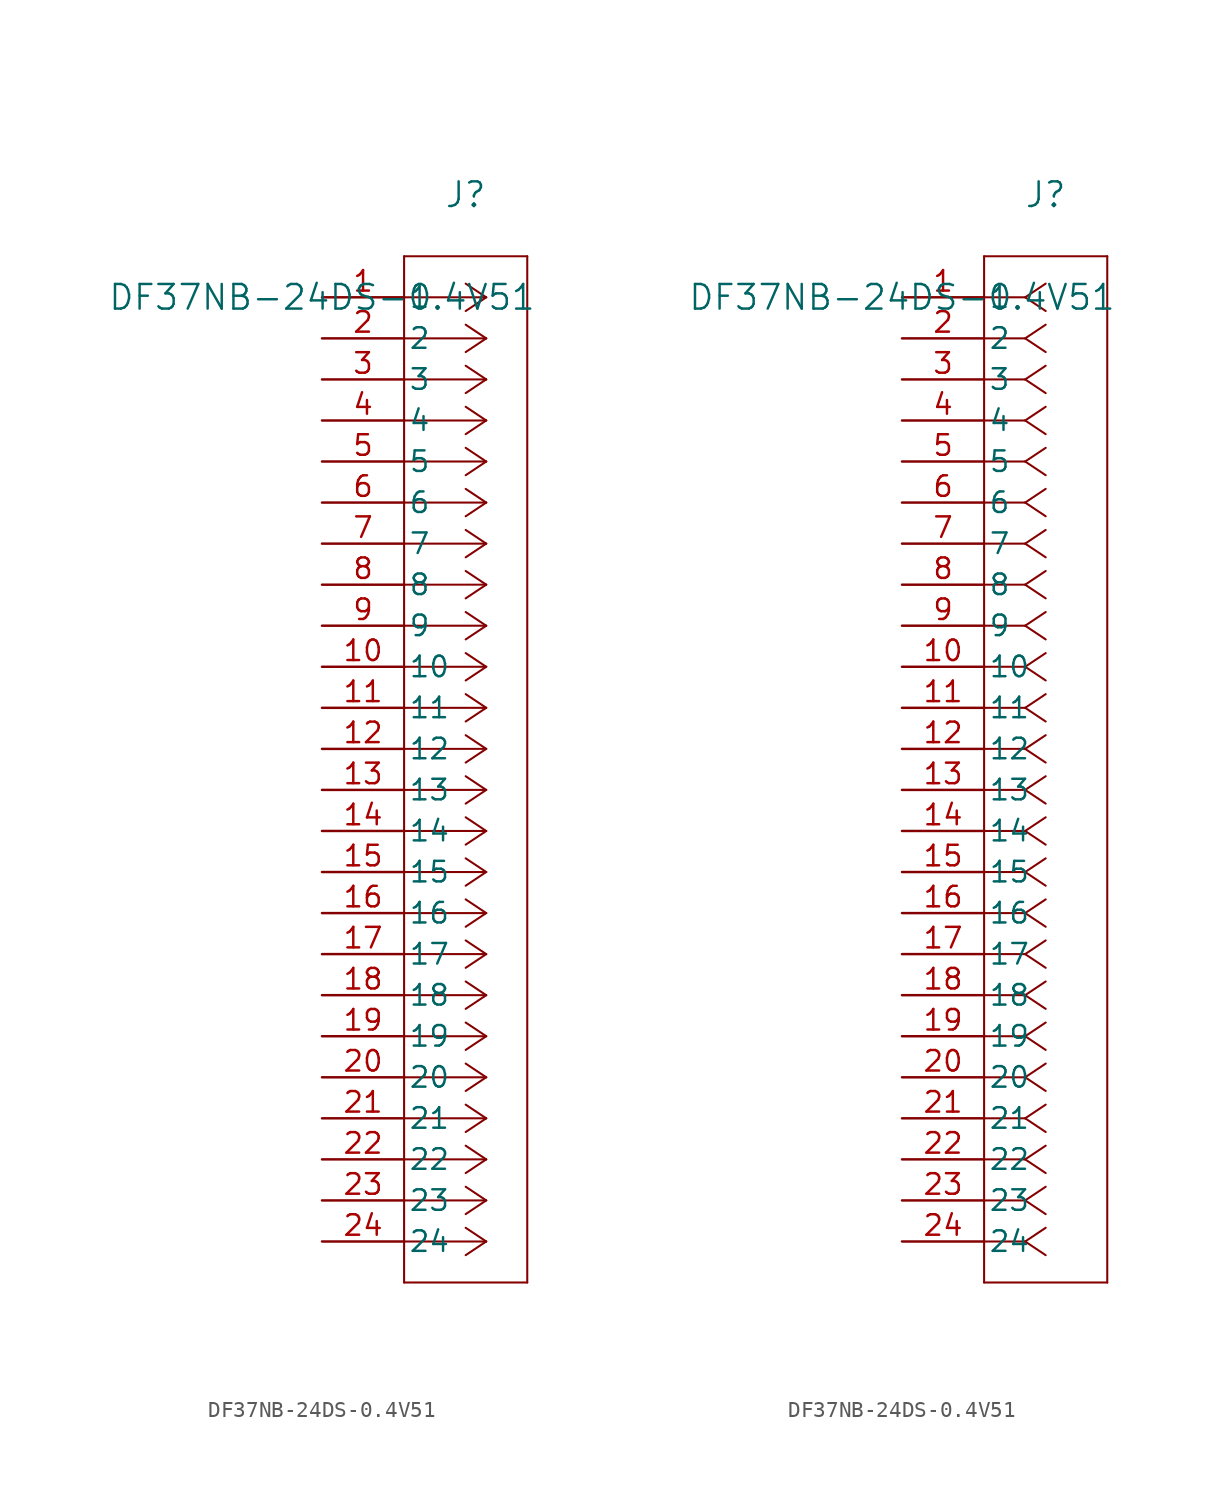
<source format=kicad_sym>
(kicad_symbol_lib
  (version 20211014)
  (generator kicad_symbol_editor)
  (symbol "DF37NB-24DS-0.4V51"
    (pin_names
      (offset 0.254))
    (property "Reference" "J"
      (at 8.89 6.35 0)
      (effects (font (size 1.524 1.524))))
    (property "Value" "DF37NB-24DS-0.4V51"
      (at 0 0 0)
      (effects (font (size 1.524 1.524))))
    (symbol "DF37NB-24DS-0.4V51_1_1"
      (polyline (pts (xy 10.16 0) (xy 5.08 0)) (stroke (width 0.127) (type default) (color 0 0 0 0)) (fill (type none)))
      (polyline (pts (xy 10.16 -2.54) (xy 5.08 -2.54)) (stroke (width 0.127) (type default) (color 0 0 0 0)) (fill (type none)))
      (polyline (pts (xy 10.16 -5.08) (xy 5.08 -5.08)) (stroke (width 0.127) (type default) (color 0 0 0 0)) (fill (type none)))
      (polyline (pts (xy 10.16 -7.62) (xy 5.08 -7.62)) (stroke (width 0.127) (type default) (color 0 0 0 0)) (fill (type none)))
      (polyline (pts (xy 10.16 -10.16) (xy 5.08 -10.16)) (stroke (width 0.127) (type default) (color 0 0 0 0)) (fill (type none)))
      (polyline (pts (xy 10.16 -12.7) (xy 5.08 -12.7)) (stroke (width 0.127) (type default) (color 0 0 0 0)) (fill (type none)))
      (polyline (pts (xy 10.16 -15.24) (xy 5.08 -15.24)) (stroke (width 0.127) (type default) (color 0 0 0 0)) (fill (type none)))
      (polyline (pts (xy 10.16 -17.78) (xy 5.08 -17.78)) (stroke (width 0.127) (type default) (color 0 0 0 0)) (fill (type none)))
      (polyline (pts (xy 10.16 -20.32) (xy 5.08 -20.32)) (stroke (width 0.127) (type default) (color 0 0 0 0)) (fill (type none)))
      (polyline (pts (xy 10.16 -22.86) (xy 5.08 -22.86)) (stroke (width 0.127) (type default) (color 0 0 0 0)) (fill (type none)))
      (polyline (pts (xy 10.16 -25.4) (xy 5.08 -25.4)) (stroke (width 0.127) (type default) (color 0 0 0 0)) (fill (type none)))
      (polyline (pts (xy 10.16 -27.94) (xy 5.08 -27.94)) (stroke (width 0.127) (type default) (color 0 0 0 0)) (fill (type none)))
      (polyline (pts (xy 10.16 -30.48) (xy 5.08 -30.48)) (stroke (width 0.127) (type default) (color 0 0 0 0)) (fill (type none)))
      (polyline (pts (xy 10.16 -33.02) (xy 5.08 -33.02)) (stroke (width 0.127) (type default) (color 0 0 0 0)) (fill (type none)))
      (polyline (pts (xy 10.16 -35.56) (xy 5.08 -35.56)) (stroke (width 0.127) (type default) (color 0 0 0 0)) (fill (type none)))
      (polyline (pts (xy 10.16 -38.1) (xy 5.08 -38.1)) (stroke (width 0.127) (type default) (color 0 0 0 0)) (fill (type none)))
      (polyline (pts (xy 10.16 -40.64) (xy 5.08 -40.64)) (stroke (width 0.127) (type default) (color 0 0 0 0)) (fill (type none)))
      (polyline (pts (xy 10.16 -43.18) (xy 5.08 -43.18)) (stroke (width 0.127) (type default) (color 0 0 0 0)) (fill (type none)))
      (polyline (pts (xy 10.16 -45.72) (xy 5.08 -45.72)) (stroke (width 0.127) (type default) (color 0 0 0 0)) (fill (type none)))
      (polyline (pts (xy 10.16 -48.26) (xy 5.08 -48.26)) (stroke (width 0.127) (type default) (color 0 0 0 0)) (fill (type none)))
      (polyline (pts (xy 10.16 -50.8) (xy 5.08 -50.8)) (stroke (width 0.127) (type default) (color 0 0 0 0)) (fill (type none)))
      (polyline (pts (xy 10.16 -53.34) (xy 5.08 -53.34)) (stroke (width 0.127) (type default) (color 0 0 0 0)) (fill (type none)))
      (polyline (pts (xy 10.16 -55.88) (xy 5.08 -55.88)) (stroke (width 0.127) (type default) (color 0 0 0 0)) (fill (type none)))
      (polyline (pts (xy 10.16 -58.42) (xy 5.08 -58.42)) (stroke (width 0.127) (type default) (color 0 0 0 0)) (fill (type none)))
      (polyline (pts (xy 10.16 0) (xy 8.89 0.847)) (stroke (width 0.127) (type default) (color 0 0 0 0)) (fill (type none)))
      (polyline (pts (xy 10.16 -2.54) (xy 8.89 -1.693)) (stroke (width 0.127) (type default) (color 0 0 0 0)) (fill (type none)))
      (polyline (pts (xy 10.16 -5.08) (xy 8.89 -4.233)) (stroke (width 0.127) (type default) (color 0 0 0 0)) (fill (type none)))
      (polyline (pts (xy 10.16 -7.62) (xy 8.89 -6.773)) (stroke (width 0.127) (type default) (color 0 0 0 0)) (fill (type none)))
      (polyline (pts (xy 10.16 -10.16) (xy 8.89 -9.313)) (stroke (width 0.127) (type default) (color 0 0 0 0)) (fill (type none)))
      (polyline (pts (xy 10.16 -12.7) (xy 8.89 -11.853)) (stroke (width 0.127) (type default) (color 0 0 0 0)) (fill (type none)))
      (polyline (pts (xy 10.16 -15.24) (xy 8.89 -14.393)) (stroke (width 0.127) (type default) (color 0 0 0 0)) (fill (type none)))
      (polyline (pts (xy 10.16 -17.78) (xy 8.89 -16.933)) (stroke (width 0.127) (type default) (color 0 0 0 0)) (fill (type none)))
      (polyline (pts (xy 10.16 -20.32) (xy 8.89 -19.473)) (stroke (width 0.127) (type default) (color 0 0 0 0)) (fill (type none)))
      (polyline (pts (xy 10.16 -22.86) (xy 8.89 -22.013)) (stroke (width 0.127) (type default) (color 0 0 0 0)) (fill (type none)))
      (polyline (pts (xy 10.16 -25.4) (xy 8.89 -24.553)) (stroke (width 0.127) (type default) (color 0 0 0 0)) (fill (type none)))
      (polyline (pts (xy 10.16 -27.94) (xy 8.89 -27.093)) (stroke (width 0.127) (type default) (color 0 0 0 0)) (fill (type none)))
      (polyline (pts (xy 10.16 -30.48) (xy 8.89 -29.633)) (stroke (width 0.127) (type default) (color 0 0 0 0)) (fill (type none)))
      (polyline (pts (xy 10.16 -33.02) (xy 8.89 -32.173)) (stroke (width 0.127) (type default) (color 0 0 0 0)) (fill (type none)))
      (polyline (pts (xy 10.16 -35.56) (xy 8.89 -34.713)) (stroke (width 0.127) (type default) (color 0 0 0 0)) (fill (type none)))
      (polyline (pts (xy 10.16 -38.1) (xy 8.89 -37.253)) (stroke (width 0.127) (type default) (color 0 0 0 0)) (fill (type none)))
      (polyline (pts (xy 10.16 -40.64) (xy 8.89 -39.793)) (stroke (width 0.127) (type default) (color 0 0 0 0)) (fill (type none)))
      (polyline (pts (xy 10.16 -43.18) (xy 8.89 -42.333)) (stroke (width 0.127) (type default) (color 0 0 0 0)) (fill (type none)))
      (polyline (pts (xy 10.16 -45.72) (xy 8.89 -44.873)) (stroke (width 0.127) (type default) (color 0 0 0 0)) (fill (type none)))
      (polyline (pts (xy 10.16 -48.26) (xy 8.89 -47.413)) (stroke (width 0.127) (type default) (color 0 0 0 0)) (fill (type none)))
      (polyline (pts (xy 10.16 -50.8) (xy 8.89 -49.953)) (stroke (width 0.127) (type default) (color 0 0 0 0)) (fill (type none)))
      (polyline (pts (xy 10.16 -53.34) (xy 8.89 -52.493)) (stroke (width 0.127) (type default) (color 0 0 0 0)) (fill (type none)))
      (polyline (pts (xy 10.16 -55.88) (xy 8.89 -55.033)) (stroke (width 0.127) (type default) (color 0 0 0 0)) (fill (type none)))
      (polyline (pts (xy 10.16 -58.42) (xy 8.89 -57.573)) (stroke (width 0.127) (type default) (color 0 0 0 0)) (fill (type none)))
      (polyline (pts (xy 10.16 0) (xy 8.89 -0.847)) (stroke (width 0.127) (type default) (color 0 0 0 0)) (fill (type none)))
      (polyline (pts (xy 10.16 -2.54) (xy 8.89 -3.387)) (stroke (width 0.127) (type default) (color 0 0 0 0)) (fill (type none)))
      (polyline (pts (xy 10.16 -5.08) (xy 8.89 -5.927)) (stroke (width 0.127) (type default) (color 0 0 0 0)) (fill (type none)))
      (polyline (pts (xy 10.16 -7.62) (xy 8.89 -8.467)) (stroke (width 0.127) (type default) (color 0 0 0 0)) (fill (type none)))
      (polyline (pts (xy 10.16 -10.16) (xy 8.89 -11.007)) (stroke (width 0.127) (type default) (color 0 0 0 0)) (fill (type none)))
      (polyline (pts (xy 10.16 -12.7) (xy 8.89 -13.547)) (stroke (width 0.127) (type default) (color 0 0 0 0)) (fill (type none)))
      (polyline (pts (xy 10.16 -15.24) (xy 8.89 -16.087)) (stroke (width 0.127) (type default) (color 0 0 0 0)) (fill (type none)))
      (polyline (pts (xy 10.16 -17.78) (xy 8.89 -18.627)) (stroke (width 0.127) (type default) (color 0 0 0 0)) (fill (type none)))
      (polyline (pts (xy 10.16 -20.32) (xy 8.89 -21.167)) (stroke (width 0.127) (type default) (color 0 0 0 0)) (fill (type none)))
      (polyline (pts (xy 10.16 -22.86) (xy 8.89 -23.707)) (stroke (width 0.127) (type default) (color 0 0 0 0)) (fill (type none)))
      (polyline (pts (xy 10.16 -25.4) (xy 8.89 -26.247)) (stroke (width 0.127) (type default) (color 0 0 0 0)) (fill (type none)))
      (polyline (pts (xy 10.16 -27.94) (xy 8.89 -28.787)) (stroke (width 0.127) (type default) (color 0 0 0 0)) (fill (type none)))
      (polyline (pts (xy 10.16 -30.48) (xy 8.89 -31.327)) (stroke (width 0.127) (type default) (color 0 0 0 0)) (fill (type none)))
      (polyline (pts (xy 10.16 -33.02) (xy 8.89 -33.867)) (stroke (width 0.127) (type default) (color 0 0 0 0)) (fill (type none)))
      (polyline (pts (xy 10.16 -35.56) (xy 8.89 -36.407)) (stroke (width 0.127) (type default) (color 0 0 0 0)) (fill (type none)))
      (polyline (pts (xy 10.16 -38.1) (xy 8.89 -38.947)) (stroke (width 0.127) (type default) (color 0 0 0 0)) (fill (type none)))
      (polyline (pts (xy 10.16 -40.64) (xy 8.89 -41.487)) (stroke (width 0.127) (type default) (color 0 0 0 0)) (fill (type none)))
      (polyline (pts (xy 10.16 -43.18) (xy 8.89 -44.027)) (stroke (width 0.127) (type default) (color 0 0 0 0)) (fill (type none)))
      (polyline (pts (xy 10.16 -45.72) (xy 8.89 -46.567)) (stroke (width 0.127) (type default) (color 0 0 0 0)) (fill (type none)))
      (polyline (pts (xy 10.16 -48.26) (xy 8.89 -49.107)) (stroke (width 0.127) (type default) (color 0 0 0 0)) (fill (type none)))
      (polyline (pts (xy 10.16 -50.8) (xy 8.89 -51.647)) (stroke (width 0.127) (type default) (color 0 0 0 0)) (fill (type none)))
      (polyline (pts (xy 10.16 -53.34) (xy 8.89 -54.187)) (stroke (width 0.127) (type default) (color 0 0 0 0)) (fill (type none)))
      (polyline (pts (xy 10.16 -55.88) (xy 8.89 -56.727)) (stroke (width 0.127) (type default) (color 0 0 0 0)) (fill (type none)))
      (polyline (pts (xy 10.16 -58.42) (xy 8.89 -59.267)) (stroke (width 0.127) (type default) (color 0 0 0 0)) (fill (type none)))
      (polyline (pts (xy 5.08 2.54) (xy 5.08 -60.96)) (stroke (width 0.127) (type default) (color 0 0 0 0)) (fill (type none)))
      (polyline (pts (xy 5.08 -60.96) (xy 12.7 -60.96)) (stroke (width 0.127) (type default) (color 0 0 0 0)) (fill (type none)))
      (polyline (pts (xy 12.7 -60.96) (xy 12.7 2.54)) (stroke (width 0.127) (type default) (color 0 0 0 0)) (fill (type none)))
      (polyline (pts (xy 12.7 2.54) (xy 5.08 2.54)) (stroke (width 0.127) (type default) (color 0 0 0 0)) (fill (type none)))
      (pin unspecified line (at 0 0 0) (length 5.08) (name "1" (effects (font (size 1.27 1.27)))) (number "1" (effects (font (size 1.27 1.27)))))
      (pin unspecified line (at 0 -2.54 0) (length 5.08) (name "2" (effects (font (size 1.27 1.27)))) (number "2" (effects (font (size 1.27 1.27)))))
      (pin unspecified line (at 0 -5.08 0) (length 5.08) (name "3" (effects (font (size 1.27 1.27)))) (number "3" (effects (font (size 1.27 1.27)))))
      (pin unspecified line (at 0 -7.62 0) (length 5.08) (name "4" (effects (font (size 1.27 1.27)))) (number "4" (effects (font (size 1.27 1.27)))))
      (pin unspecified line (at 0 -10.16 0) (length 5.08) (name "5" (effects (font (size 1.27 1.27)))) (number "5" (effects (font (size 1.27 1.27)))))
      (pin unspecified line (at 0 -12.7 0) (length 5.08) (name "6" (effects (font (size 1.27 1.27)))) (number "6" (effects (font (size 1.27 1.27)))))
      (pin unspecified line (at 0 -15.24 0) (length 5.08) (name "7" (effects (font (size 1.27 1.27)))) (number "7" (effects (font (size 1.27 1.27)))))
      (pin unspecified line (at 0 -17.78 0) (length 5.08) (name "8" (effects (font (size 1.27 1.27)))) (number "8" (effects (font (size 1.27 1.27)))))
      (pin unspecified line (at 0 -20.32 0) (length 5.08) (name "9" (effects (font (size 1.27 1.27)))) (number "9" (effects (font (size 1.27 1.27)))))
      (pin unspecified line (at 0 -22.86 0) (length 5.08) (name "10" (effects (font (size 1.27 1.27)))) (number "10" (effects (font (size 1.27 1.27)))))
      (pin unspecified line (at 0 -25.4 0) (length 5.08) (name "11" (effects (font (size 1.27 1.27)))) (number "11" (effects (font (size 1.27 1.27)))))
      (pin unspecified line (at 0 -27.94 0) (length 5.08) (name "12" (effects (font (size 1.27 1.27)))) (number "12" (effects (font (size 1.27 1.27)))))
      (pin unspecified line (at 0 -30.48 0) (length 5.08) (name "13" (effects (font (size 1.27 1.27)))) (number "13" (effects (font (size 1.27 1.27)))))
      (pin unspecified line (at 0 -33.02 0) (length 5.08) (name "14" (effects (font (size 1.27 1.27)))) (number "14" (effects (font (size 1.27 1.27)))))
      (pin unspecified line (at 0 -35.56 0) (length 5.08) (name "15" (effects (font (size 1.27 1.27)))) (number "15" (effects (font (size 1.27 1.27)))))
      (pin unspecified line (at 0 -38.1 0) (length 5.08) (name "16" (effects (font (size 1.27 1.27)))) (number "16" (effects (font (size 1.27 1.27)))))
      (pin unspecified line (at 0 -40.64 0) (length 5.08) (name "17" (effects (font (size 1.27 1.27)))) (number "17" (effects (font (size 1.27 1.27)))))
      (pin unspecified line (at 0 -43.18 0) (length 5.08) (name "18" (effects (font (size 1.27 1.27)))) (number "18" (effects (font (size 1.27 1.27)))))
      (pin unspecified line (at 0 -45.72 0) (length 5.08) (name "19" (effects (font (size 1.27 1.27)))) (number "19" (effects (font (size 1.27 1.27)))))
      (pin unspecified line (at 0 -48.26 0) (length 5.08) (name "20" (effects (font (size 1.27 1.27)))) (number "20" (effects (font (size 1.27 1.27)))))
      (pin unspecified line (at 0 -50.8 0) (length 5.08) (name "21" (effects (font (size 1.27 1.27)))) (number "21" (effects (font (size 1.27 1.27)))))
      (pin unspecified line (at 0 -53.34 0) (length 5.08) (name "22" (effects (font (size 1.27 1.27)))) (number "22" (effects (font (size 1.27 1.27)))))
      (pin unspecified line (at 0 -55.88 0) (length 5.08) (name "23" (effects (font (size 1.27 1.27)))) (number "23" (effects (font (size 1.27 1.27)))))
      (pin unspecified line (at 0 -58.42 0) (length 5.08) (name "24" (effects (font (size 1.27 1.27)))) (number "24" (effects (font (size 1.27 1.27))))))
    (symbol "DF37NB-24DS-0.4V51_1_2"
      (polyline (pts (xy 7.62 0) (xy 5.08 0)) (stroke (width 0.127) (type default) (color 0 0 0 0)) (fill (type none)))
      (polyline (pts (xy 7.62 -2.54) (xy 5.08 -2.54)) (stroke (width 0.127) (type default) (color 0 0 0 0)) (fill (type none)))
      (polyline (pts (xy 7.62 -5.08) (xy 5.08 -5.08)) (stroke (width 0.127) (type default) (color 0 0 0 0)) (fill (type none)))
      (polyline (pts (xy 7.62 -7.62) (xy 5.08 -7.62)) (stroke (width 0.127) (type default) (color 0 0 0 0)) (fill (type none)))
      (polyline (pts (xy 7.62 -10.16) (xy 5.08 -10.16)) (stroke (width 0.127) (type default) (color 0 0 0 0)) (fill (type none)))
      (polyline (pts (xy 7.62 -12.7) (xy 5.08 -12.7)) (stroke (width 0.127) (type default) (color 0 0 0 0)) (fill (type none)))
      (polyline (pts (xy 7.62 -15.24) (xy 5.08 -15.24)) (stroke (width 0.127) (type default) (color 0 0 0 0)) (fill (type none)))
      (polyline (pts (xy 7.62 -17.78) (xy 5.08 -17.78)) (stroke (width 0.127) (type default) (color 0 0 0 0)) (fill (type none)))
      (polyline (pts (xy 7.62 -20.32) (xy 5.08 -20.32)) (stroke (width 0.127) (type default) (color 0 0 0 0)) (fill (type none)))
      (polyline (pts (xy 7.62 -22.86) (xy 5.08 -22.86)) (stroke (width 0.127) (type default) (color 0 0 0 0)) (fill (type none)))
      (polyline (pts (xy 7.62 -25.4) (xy 5.08 -25.4)) (stroke (width 0.127) (type default) (color 0 0 0 0)) (fill (type none)))
      (polyline (pts (xy 7.62 -27.94) (xy 5.08 -27.94)) (stroke (width 0.127) (type default) (color 0 0 0 0)) (fill (type none)))
      (polyline (pts (xy 7.62 -30.48) (xy 5.08 -30.48)) (stroke (width 0.127) (type default) (color 0 0 0 0)) (fill (type none)))
      (polyline (pts (xy 7.62 -33.02) (xy 5.08 -33.02)) (stroke (width 0.127) (type default) (color 0 0 0 0)) (fill (type none)))
      (polyline (pts (xy 7.62 -35.56) (xy 5.08 -35.56)) (stroke (width 0.127) (type default) (color 0 0 0 0)) (fill (type none)))
      (polyline (pts (xy 7.62 -38.1) (xy 5.08 -38.1)) (stroke (width 0.127) (type default) (color 0 0 0 0)) (fill (type none)))
      (polyline (pts (xy 7.62 -40.64) (xy 5.08 -40.64)) (stroke (width 0.127) (type default) (color 0 0 0 0)) (fill (type none)))
      (polyline (pts (xy 7.62 -43.18) (xy 5.08 -43.18)) (stroke (width 0.127) (type default) (color 0 0 0 0)) (fill (type none)))
      (polyline (pts (xy 7.62 -45.72) (xy 5.08 -45.72)) (stroke (width 0.127) (type default) (color 0 0 0 0)) (fill (type none)))
      (polyline (pts (xy 7.62 -48.26) (xy 5.08 -48.26)) (stroke (width 0.127) (type default) (color 0 0 0 0)) (fill (type none)))
      (polyline (pts (xy 7.62 -50.8) (xy 5.08 -50.8)) (stroke (width 0.127) (type default) (color 0 0 0 0)) (fill (type none)))
      (polyline (pts (xy 7.62 -53.34) (xy 5.08 -53.34)) (stroke (width 0.127) (type default) (color 0 0 0 0)) (fill (type none)))
      (polyline (pts (xy 7.62 -55.88) (xy 5.08 -55.88)) (stroke (width 0.127) (type default) (color 0 0 0 0)) (fill (type none)))
      (polyline (pts (xy 7.62 -58.42) (xy 5.08 -58.42)) (stroke (width 0.127) (type default) (color 0 0 0 0)) (fill (type none)))
      (polyline (pts (xy 7.62 0) (xy 8.89 0.847)) (stroke (width 0.127) (type default) (color 0 0 0 0)) (fill (type none)))
      (polyline (pts (xy 7.62 -2.54) (xy 8.89 -1.693)) (stroke (width 0.127) (type default) (color 0 0 0 0)) (fill (type none)))
      (polyline (pts (xy 7.62 -5.08) (xy 8.89 -4.233)) (stroke (width 0.127) (type default) (color 0 0 0 0)) (fill (type none)))
      (polyline (pts (xy 7.62 -7.62) (xy 8.89 -6.773)) (stroke (width 0.127) (type default) (color 0 0 0 0)) (fill (type none)))
      (polyline (pts (xy 7.62 -10.16) (xy 8.89 -9.313)) (stroke (width 0.127) (type default) (color 0 0 0 0)) (fill (type none)))
      (polyline (pts (xy 7.62 -12.7) (xy 8.89 -11.853)) (stroke (width 0.127) (type default) (color 0 0 0 0)) (fill (type none)))
      (polyline (pts (xy 7.62 -15.24) (xy 8.89 -14.393)) (stroke (width 0.127) (type default) (color 0 0 0 0)) (fill (type none)))
      (polyline (pts (xy 7.62 -17.78) (xy 8.89 -16.933)) (stroke (width 0.127) (type default) (color 0 0 0 0)) (fill (type none)))
      (polyline (pts (xy 7.62 -20.32) (xy 8.89 -19.473)) (stroke (width 0.127) (type default) (color 0 0 0 0)) (fill (type none)))
      (polyline (pts (xy 7.62 -22.86) (xy 8.89 -22.013)) (stroke (width 0.127) (type default) (color 0 0 0 0)) (fill (type none)))
      (polyline (pts (xy 7.62 -25.4) (xy 8.89 -24.553)) (stroke (width 0.127) (type default) (color 0 0 0 0)) (fill (type none)))
      (polyline (pts (xy 7.62 -27.94) (xy 8.89 -27.093)) (stroke (width 0.127) (type default) (color 0 0 0 0)) (fill (type none)))
      (polyline (pts (xy 7.62 -30.48) (xy 8.89 -29.633)) (stroke (width 0.127) (type default) (color 0 0 0 0)) (fill (type none)))
      (polyline (pts (xy 7.62 -33.02) (xy 8.89 -32.173)) (stroke (width 0.127) (type default) (color 0 0 0 0)) (fill (type none)))
      (polyline (pts (xy 7.62 -35.56) (xy 8.89 -34.713)) (stroke (width 0.127) (type default) (color 0 0 0 0)) (fill (type none)))
      (polyline (pts (xy 7.62 -38.1) (xy 8.89 -37.253)) (stroke (width 0.127) (type default) (color 0 0 0 0)) (fill (type none)))
      (polyline (pts (xy 7.62 -40.64) (xy 8.89 -39.793)) (stroke (width 0.127) (type default) (color 0 0 0 0)) (fill (type none)))
      (polyline (pts (xy 7.62 -43.18) (xy 8.89 -42.333)) (stroke (width 0.127) (type default) (color 0 0 0 0)) (fill (type none)))
      (polyline (pts (xy 7.62 -45.72) (xy 8.89 -44.873)) (stroke (width 0.127) (type default) (color 0 0 0 0)) (fill (type none)))
      (polyline (pts (xy 7.62 -48.26) (xy 8.89 -47.413)) (stroke (width 0.127) (type default) (color 0 0 0 0)) (fill (type none)))
      (polyline (pts (xy 7.62 -50.8) (xy 8.89 -49.953)) (stroke (width 0.127) (type default) (color 0 0 0 0)) (fill (type none)))
      (polyline (pts (xy 7.62 -53.34) (xy 8.89 -52.493)) (stroke (width 0.127) (type default) (color 0 0 0 0)) (fill (type none)))
      (polyline (pts (xy 7.62 -55.88) (xy 8.89 -55.033)) (stroke (width 0.127) (type default) (color 0 0 0 0)) (fill (type none)))
      (polyline (pts (xy 7.62 -58.42) (xy 8.89 -57.573)) (stroke (width 0.127) (type default) (color 0 0 0 0)) (fill (type none)))
      (polyline (pts (xy 7.62 0) (xy 8.89 -0.847)) (stroke (width 0.127) (type default) (color 0 0 0 0)) (fill (type none)))
      (polyline (pts (xy 7.62 -2.54) (xy 8.89 -3.387)) (stroke (width 0.127) (type default) (color 0 0 0 0)) (fill (type none)))
      (polyline (pts (xy 7.62 -5.08) (xy 8.89 -5.927)) (stroke (width 0.127) (type default) (color 0 0 0 0)) (fill (type none)))
      (polyline (pts (xy 7.62 -7.62) (xy 8.89 -8.467)) (stroke (width 0.127) (type default) (color 0 0 0 0)) (fill (type none)))
      (polyline (pts (xy 7.62 -10.16) (xy 8.89 -11.007)) (stroke (width 0.127) (type default) (color 0 0 0 0)) (fill (type none)))
      (polyline (pts (xy 7.62 -12.7) (xy 8.89 -13.547)) (stroke (width 0.127) (type default) (color 0 0 0 0)) (fill (type none)))
      (polyline (pts (xy 7.62 -15.24) (xy 8.89 -16.087)) (stroke (width 0.127) (type default) (color 0 0 0 0)) (fill (type none)))
      (polyline (pts (xy 7.62 -17.78) (xy 8.89 -18.627)) (stroke (width 0.127) (type default) (color 0 0 0 0)) (fill (type none)))
      (polyline (pts (xy 7.62 -20.32) (xy 8.89 -21.167)) (stroke (width 0.127) (type default) (color 0 0 0 0)) (fill (type none)))
      (polyline (pts (xy 7.62 -22.86) (xy 8.89 -23.707)) (stroke (width 0.127) (type default) (color 0 0 0 0)) (fill (type none)))
      (polyline (pts (xy 7.62 -25.4) (xy 8.89 -26.247)) (stroke (width 0.127) (type default) (color 0 0 0 0)) (fill (type none)))
      (polyline (pts (xy 7.62 -27.94) (xy 8.89 -28.787)) (stroke (width 0.127) (type default) (color 0 0 0 0)) (fill (type none)))
      (polyline (pts (xy 7.62 -30.48) (xy 8.89 -31.327)) (stroke (width 0.127) (type default) (color 0 0 0 0)) (fill (type none)))
      (polyline (pts (xy 7.62 -33.02) (xy 8.89 -33.867)) (stroke (width 0.127) (type default) (color 0 0 0 0)) (fill (type none)))
      (polyline (pts (xy 7.62 -35.56) (xy 8.89 -36.407)) (stroke (width 0.127) (type default) (color 0 0 0 0)) (fill (type none)))
      (polyline (pts (xy 7.62 -38.1) (xy 8.89 -38.947)) (stroke (width 0.127) (type default) (color 0 0 0 0)) (fill (type none)))
      (polyline (pts (xy 7.62 -40.64) (xy 8.89 -41.487)) (stroke (width 0.127) (type default) (color 0 0 0 0)) (fill (type none)))
      (polyline (pts (xy 7.62 -43.18) (xy 8.89 -44.027)) (stroke (width 0.127) (type default) (color 0 0 0 0)) (fill (type none)))
      (polyline (pts (xy 7.62 -45.72) (xy 8.89 -46.567)) (stroke (width 0.127) (type default) (color 0 0 0 0)) (fill (type none)))
      (polyline (pts (xy 7.62 -48.26) (xy 8.89 -49.107)) (stroke (width 0.127) (type default) (color 0 0 0 0)) (fill (type none)))
      (polyline (pts (xy 7.62 -50.8) (xy 8.89 -51.647)) (stroke (width 0.127) (type default) (color 0 0 0 0)) (fill (type none)))
      (polyline (pts (xy 7.62 -53.34) (xy 8.89 -54.187)) (stroke (width 0.127) (type default) (color 0 0 0 0)) (fill (type none)))
      (polyline (pts (xy 7.62 -55.88) (xy 8.89 -56.727)) (stroke (width 0.127) (type default) (color 0 0 0 0)) (fill (type none)))
      (polyline (pts (xy 7.62 -58.42) (xy 8.89 -59.267)) (stroke (width 0.127) (type default) (color 0 0 0 0)) (fill (type none)))
      (polyline (pts (xy 5.08 2.54) (xy 5.08 -60.96)) (stroke (width 0.127) (type default) (color 0 0 0 0)) (fill (type none)))
      (polyline (pts (xy 5.08 -60.96) (xy 12.7 -60.96)) (stroke (width 0.127) (type default) (color 0 0 0 0)) (fill (type none)))
      (polyline (pts (xy 12.7 -60.96) (xy 12.7 2.54)) (stroke (width 0.127) (type default) (color 0 0 0 0)) (fill (type none)))
      (polyline (pts (xy 12.7 2.54) (xy 5.08 2.54)) (stroke (width 0.127) (type default) (color 0 0 0 0)) (fill (type none)))
      (pin unspecified line (at 0 0 0) (length 5.08) (name "1" (effects (font (size 1.27 1.27)))) (number "1" (effects (font (size 1.27 1.27)))))
      (pin unspecified line (at 0 -2.54 0) (length 5.08) (name "2" (effects (font (size 1.27 1.27)))) (number "2" (effects (font (size 1.27 1.27)))))
      (pin unspecified line (at 0 -5.08 0) (length 5.08) (name "3" (effects (font (size 1.27 1.27)))) (number "3" (effects (font (size 1.27 1.27)))))
      (pin unspecified line (at 0 -7.62 0) (length 5.08) (name "4" (effects (font (size 1.27 1.27)))) (number "4" (effects (font (size 1.27 1.27)))))
      (pin unspecified line (at 0 -10.16 0) (length 5.08) (name "5" (effects (font (size 1.27 1.27)))) (number "5" (effects (font (size 1.27 1.27)))))
      (pin unspecified line (at 0 -12.7 0) (length 5.08) (name "6" (effects (font (size 1.27 1.27)))) (number "6" (effects (font (size 1.27 1.27)))))
      (pin unspecified line (at 0 -15.24 0) (length 5.08) (name "7" (effects (font (size 1.27 1.27)))) (number "7" (effects (font (size 1.27 1.27)))))
      (pin unspecified line (at 0 -17.78 0) (length 5.08) (name "8" (effects (font (size 1.27 1.27)))) (number "8" (effects (font (size 1.27 1.27)))))
      (pin unspecified line (at 0 -20.32 0) (length 5.08) (name "9" (effects (font (size 1.27 1.27)))) (number "9" (effects (font (size 1.27 1.27)))))
      (pin unspecified line (at 0 -22.86 0) (length 5.08) (name "10" (effects (font (size 1.27 1.27)))) (number "10" (effects (font (size 1.27 1.27)))))
      (pin unspecified line (at 0 -25.4 0) (length 5.08) (name "11" (effects (font (size 1.27 1.27)))) (number "11" (effects (font (size 1.27 1.27)))))
      (pin unspecified line (at 0 -27.94 0) (length 5.08) (name "12" (effects (font (size 1.27 1.27)))) (number "12" (effects (font (size 1.27 1.27)))))
      (pin unspecified line (at 0 -30.48 0) (length 5.08) (name "13" (effects (font (size 1.27 1.27)))) (number "13" (effects (font (size 1.27 1.27)))))
      (pin unspecified line (at 0 -33.02 0) (length 5.08) (name "14" (effects (font (size 1.27 1.27)))) (number "14" (effects (font (size 1.27 1.27)))))
      (pin unspecified line (at 0 -35.56 0) (length 5.08) (name "15" (effects (font (size 1.27 1.27)))) (number "15" (effects (font (size 1.27 1.27)))))
      (pin unspecified line (at 0 -38.1 0) (length 5.08) (name "16" (effects (font (size 1.27 1.27)))) (number "16" (effects (font (size 1.27 1.27)))))
      (pin unspecified line (at 0 -40.64 0) (length 5.08) (name "17" (effects (font (size 1.27 1.27)))) (number "17" (effects (font (size 1.27 1.27)))))
      (pin unspecified line (at 0 -43.18 0) (length 5.08) (name "18" (effects (font (size 1.27 1.27)))) (number "18" (effects (font (size 1.27 1.27)))))
      (pin unspecified line (at 0 -45.72 0) (length 5.08) (name "19" (effects (font (size 1.27 1.27)))) (number "19" (effects (font (size 1.27 1.27)))))
      (pin unspecified line (at 0 -48.26 0) (length 5.08) (name "20" (effects (font (size 1.27 1.27)))) (number "20" (effects (font (size 1.27 1.27)))))
      (pin unspecified line (at 0 -50.8 0) (length 5.08) (name "21" (effects (font (size 1.27 1.27)))) (number "21" (effects (font (size 1.27 1.27)))))
      (pin unspecified line (at 0 -53.34 0) (length 5.08) (name "22" (effects (font (size 1.27 1.27)))) (number "22" (effects (font (size 1.27 1.27)))))
      (pin unspecified line (at 0 -55.88 0) (length 5.08) (name "23" (effects (font (size 1.27 1.27)))) (number "23" (effects (font (size 1.27 1.27)))))
      (pin unspecified line (at 0 -58.42 0) (length 5.08) (name "24" (effects (font (size 1.27 1.27)))) (number "24" (effects (font (size 1.27 1.27))))))))
</source>
